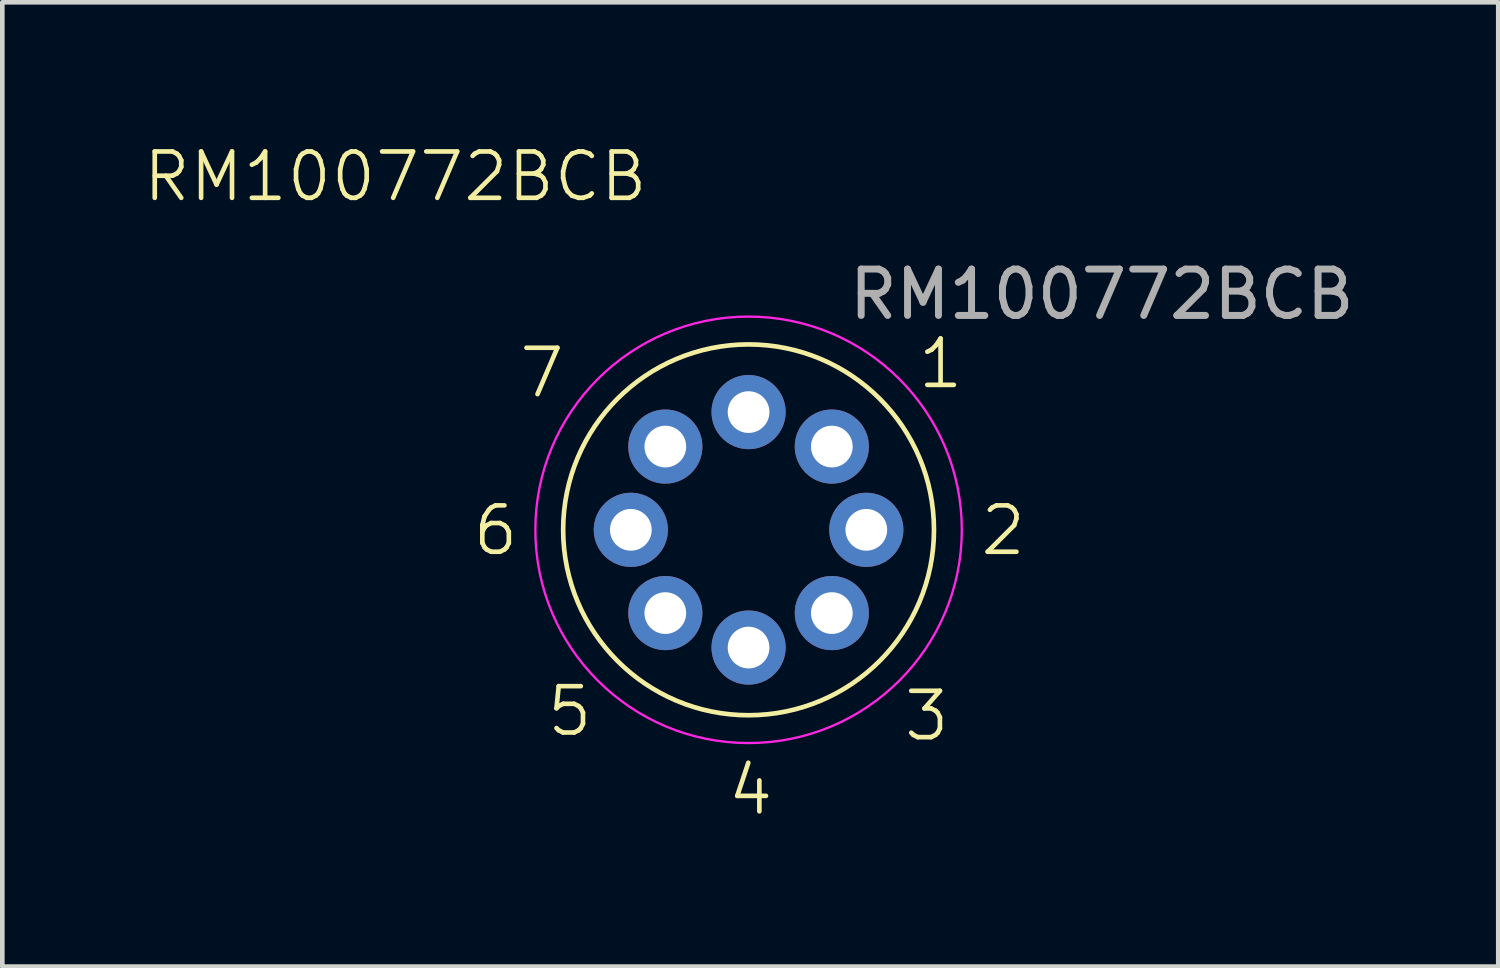
<source format=kicad_pcb>
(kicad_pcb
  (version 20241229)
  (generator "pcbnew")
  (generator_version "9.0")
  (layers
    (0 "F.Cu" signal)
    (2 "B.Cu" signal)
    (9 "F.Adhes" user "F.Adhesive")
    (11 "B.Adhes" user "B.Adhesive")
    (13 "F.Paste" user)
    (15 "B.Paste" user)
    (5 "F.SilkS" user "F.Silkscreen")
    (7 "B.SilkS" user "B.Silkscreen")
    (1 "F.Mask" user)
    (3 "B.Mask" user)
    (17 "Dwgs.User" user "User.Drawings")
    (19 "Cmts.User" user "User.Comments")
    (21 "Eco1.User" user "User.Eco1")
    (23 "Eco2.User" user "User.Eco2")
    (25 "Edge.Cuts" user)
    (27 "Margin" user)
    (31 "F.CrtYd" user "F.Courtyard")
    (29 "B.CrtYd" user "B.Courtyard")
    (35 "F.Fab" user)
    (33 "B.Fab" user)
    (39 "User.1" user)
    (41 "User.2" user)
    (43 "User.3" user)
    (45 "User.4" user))
  (footprint "RM100772BCB"
    (layer "F.Cu")
    (at 13.099 8.38)
    (property "Reference" "RM100772BCB" (at -7.62 -7.62 0) (unlocked yes) (layer "F.SilkS") (effects (font (size 1 1) (thickness 0.1))))
    (attr through_hole)
    (fp_circle (center 0 0) (end 4 0) (stroke (width 0.1) (type default)) (fill no) (layer "F.SilkS"))
    (fp_circle (center 0 0) (end 4.6 0) (stroke (width 0.05) (type default)) (fill no) (layer "F.CrtYd"))
    (fp_text user "3" (at 3.3 4.6 0) (unlocked yes) (layer "F.SilkS") (effects (font (size 1 1) (thickness 0.1)) (justify left bottom)))
    (fp_text user "7" (at -5 -2.8 0) (unlocked yes) (layer "F.SilkS") (effects (font (size 1 1) (thickness 0.1)) (justify left bottom)))
    (fp_text user "4" (at -0.5 6.2 0) (unlocked yes) (layer "F.SilkS") (effects (font (size 1 1) (thickness 0.1)) (justify left bottom)))
    (fp_text user "1" (at 3.6 -3 0) (unlocked yes) (layer "F.SilkS") (effects (font (size 1 1) (thickness 0.1)) (justify left bottom)))
    (fp_text user "6" (at -6 0.6 0) (unlocked yes) (layer "F.SilkS") (effects (font (size 1 1) (thickness 0.1)) (justify left bottom)))
    (fp_text user "5" (at -4.4 4.5 0) (unlocked yes) (layer "F.SilkS") (effects (font (size 1 1) (thickness 0.1)) (justify left bottom)))
    (fp_text user "2" (at 4.95 0.6 0) (unlocked yes) (layer "F.SilkS") (effects (font (size 1 1) (thickness 0.1)) (justify left bottom)))
    (fp_text user "${REFERENCE}" (at 7.62 -5.08 0) (unlocked yes) (layer "F.Fab") (effects (font (size 1 1) (thickness 0.15))))
    (pad "1" thru_hole circle (at 1.796 -1.796) (size 1.6 1.6) (drill 0.9) (layers "*.Cu" "*.Mask"))
    (pad "2" thru_hole circle (at 2.54 0) (size 1.6 1.6) (drill 0.9) (layers "*.Cu" "*.Mask"))
    (pad "3" thru_hole circle (at 1.796 1.796) (size 1.6 1.6) (drill 0.9) (layers "*.Cu" "*.Mask"))
    (pad "4" thru_hole circle (at 0 2.54) (size 1.6 1.6) (drill 0.9) (layers "*.Cu" "*.Mask"))
    (pad "5" thru_hole circle (at -1.796 1.796) (size 1.6 1.6) (drill 0.9) (layers "*.Cu" "*.Mask"))
    (pad "6" thru_hole circle (at -2.54 0) (size 1.6 1.6) (drill 0.9) (layers "*.Cu" "*.Mask"))
    (pad "7" thru_hole circle (at -1.796 -1.796) (size 1.6 1.6) (drill 0.9) (layers "*.Cu" "*.Mask"))
    (pad "8" thru_hole circle (at 0 -2.54) (size 1.6 1.6) (drill 0.9) (layers "*.Cu" "*.Mask")))
  (gr_rect
    (start -3 -3)
    (end 29.272 17.802)
    (stroke (width 0.1) (type default))
    (fill no)
    (layer "Edge.Cuts")))
</source>
